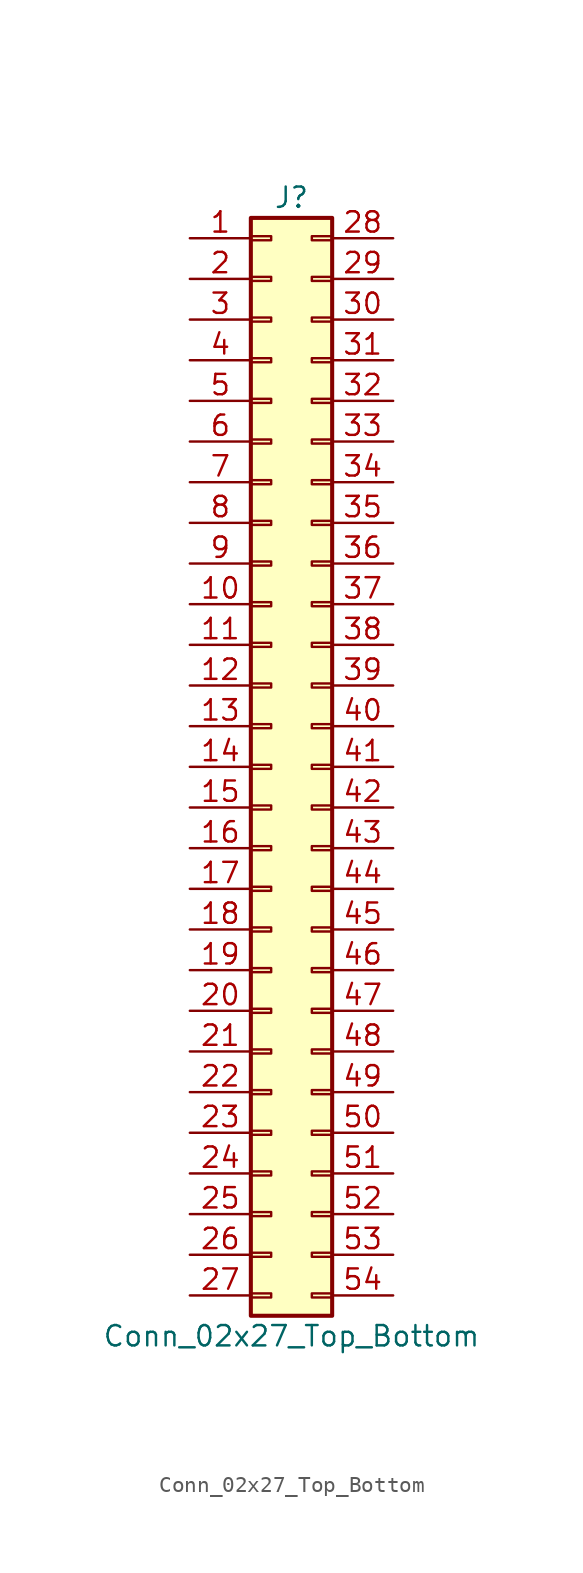
<source format=kicad_sym>
(kicad_symbol_lib
  (version 20201005)
  (generator kicad_symbol_editor)
  (symbol "Conn_02x27_Top_Bottom"
    (pin_names
      (offset 1.016) hide)
    (property "Reference" "J"
      (at 1.27 35.56 0)
      (effects (font (size 1.27 1.27))))
    (property "Value" "Conn_02x27_Top_Bottom"
      (at 1.27 -35.56 0)
      (effects (font (size 1.27 1.27))))
    (symbol "Conn_02x27_Top_Bottom_1_1"
      (rectangle (start -1.27 -32.893) (end 0 -33.147) (stroke (width 0.152)) (fill (type none)))
      (rectangle (start -1.27 -30.353) (end 0 -30.607) (stroke (width 0.152)) (fill (type none)))
      (rectangle (start -1.27 -27.813) (end 0 -28.067) (stroke (width 0.152)) (fill (type none)))
      (rectangle (start -1.27 -25.273) (end 0 -25.527) (stroke (width 0.152)) (fill (type none)))
      (rectangle (start -1.27 -22.733) (end 0 -22.987) (stroke (width 0.152)) (fill (type none)))
      (rectangle (start -1.27 -20.193) (end 0 -20.447) (stroke (width 0.152)) (fill (type none)))
      (rectangle (start -1.27 -17.653) (end 0 -17.907) (stroke (width 0.152)) (fill (type none)))
      (rectangle (start -1.27 -15.113) (end 0 -15.367) (stroke (width 0.152)) (fill (type none)))
      (rectangle (start -1.27 -12.573) (end 0 -12.827) (stroke (width 0.152)) (fill (type none)))
      (rectangle (start -1.27 -10.033) (end 0 -10.287) (stroke (width 0.152)) (fill (type none)))
      (rectangle (start -1.27 -7.493) (end 0 -7.747) (stroke (width 0.152)) (fill (type none)))
      (rectangle (start -1.27 -4.953) (end 0 -5.207) (stroke (width 0.152)) (fill (type none)))
      (rectangle (start -1.27 -2.413) (end 0 -2.667) (stroke (width 0.152)) (fill (type none)))
      (rectangle (start -1.27 0.127) (end 0 -0.127) (stroke (width 0.152)) (fill (type none)))
      (rectangle (start -1.27 2.667) (end 0 2.413) (stroke (width 0.152)) (fill (type none)))
      (rectangle (start -1.27 5.207) (end 0 4.953) (stroke (width 0.152)) (fill (type none)))
      (rectangle (start -1.27 7.747) (end 0 7.493) (stroke (width 0.152)) (fill (type none)))
      (rectangle (start -1.27 10.287) (end 0 10.033) (stroke (width 0.152)) (fill (type none)))
      (rectangle (start -1.27 12.827) (end 0 12.573) (stroke (width 0.152)) (fill (type none)))
      (rectangle (start -1.27 15.367) (end 0 15.113) (stroke (width 0.152)) (fill (type none)))
      (rectangle (start -1.27 17.907) (end 0 17.653) (stroke (width 0.152)) (fill (type none)))
      (rectangle (start -1.27 20.447) (end 0 20.193) (stroke (width 0.152)) (fill (type none)))
      (rectangle (start -1.27 22.987) (end 0 22.733) (stroke (width 0.152)) (fill (type none)))
      (rectangle (start -1.27 25.527) (end 0 25.273) (stroke (width 0.152)) (fill (type none)))
      (rectangle (start -1.27 28.067) (end 0 27.813) (stroke (width 0.152)) (fill (type none)))
      (rectangle (start -1.27 30.607) (end 0 30.353) (stroke (width 0.152)) (fill (type none)))
      (rectangle (start -1.27 33.147) (end 0 32.893) (stroke (width 0.152)) (fill (type none)))
      (rectangle (start -1.27 34.29) (end 3.81 -34.29) (stroke (width 0.254)) (fill (type background)))
      (rectangle (start 3.81 -32.893) (end 2.54 -33.147) (stroke (width 0.152)) (fill (type none)))
      (rectangle (start 3.81 -30.353) (end 2.54 -30.607) (stroke (width 0.152)) (fill (type none)))
      (rectangle (start 3.81 -27.813) (end 2.54 -28.067) (stroke (width 0.152)) (fill (type none)))
      (rectangle (start 3.81 -25.273) (end 2.54 -25.527) (stroke (width 0.152)) (fill (type none)))
      (rectangle (start 3.81 -22.733) (end 2.54 -22.987) (stroke (width 0.152)) (fill (type none)))
      (rectangle (start 3.81 -20.193) (end 2.54 -20.447) (stroke (width 0.152)) (fill (type none)))
      (rectangle (start 3.81 -17.653) (end 2.54 -17.907) (stroke (width 0.152)) (fill (type none)))
      (rectangle (start 3.81 -15.113) (end 2.54 -15.367) (stroke (width 0.152)) (fill (type none)))
      (rectangle (start 3.81 -12.573) (end 2.54 -12.827) (stroke (width 0.152)) (fill (type none)))
      (rectangle (start 3.81 -10.033) (end 2.54 -10.287) (stroke (width 0.152)) (fill (type none)))
      (rectangle (start 3.81 -7.493) (end 2.54 -7.747) (stroke (width 0.152)) (fill (type none)))
      (rectangle (start 3.81 -4.953) (end 2.54 -5.207) (stroke (width 0.152)) (fill (type none)))
      (rectangle (start 3.81 -2.413) (end 2.54 -2.667) (stroke (width 0.152)) (fill (type none)))
      (rectangle (start 3.81 0.127) (end 2.54 -0.127) (stroke (width 0.152)) (fill (type none)))
      (rectangle (start 3.81 2.667) (end 2.54 2.413) (stroke (width 0.152)) (fill (type none)))
      (rectangle (start 3.81 5.207) (end 2.54 4.953) (stroke (width 0.152)) (fill (type none)))
      (rectangle (start 3.81 7.747) (end 2.54 7.493) (stroke (width 0.152)) (fill (type none)))
      (rectangle (start 3.81 10.287) (end 2.54 10.033) (stroke (width 0.152)) (fill (type none)))
      (rectangle (start 3.81 12.827) (end 2.54 12.573) (stroke (width 0.152)) (fill (type none)))
      (rectangle (start 3.81 15.367) (end 2.54 15.113) (stroke (width 0.152)) (fill (type none)))
      (rectangle (start 3.81 17.907) (end 2.54 17.653) (stroke (width 0.152)) (fill (type none)))
      (rectangle (start 3.81 20.447) (end 2.54 20.193) (stroke (width 0.152)) (fill (type none)))
      (rectangle (start 3.81 22.987) (end 2.54 22.733) (stroke (width 0.152)) (fill (type none)))
      (rectangle (start 3.81 25.527) (end 2.54 25.273) (stroke (width 0.152)) (fill (type none)))
      (rectangle (start 3.81 28.067) (end 2.54 27.813) (stroke (width 0.152)) (fill (type none)))
      (rectangle (start 3.81 30.607) (end 2.54 30.353) (stroke (width 0.152)) (fill (type none)))
      (rectangle (start 3.81 33.147) (end 2.54 32.893) (stroke (width 0.152)) (fill (type none)))
      (pin passive line (at -5.08 33.02 0) (length 3.81) (name "Pin_1" (effects (font (size 1.27 1.27)))) (number "1" (effects (font (size 1.27 1.27)))))
      (pin passive line (at -5.08 10.16 0) (length 3.81) (name "Pin_10" (effects (font (size 1.27 1.27)))) (number "10" (effects (font (size 1.27 1.27)))))
      (pin passive line (at -5.08 7.62 0) (length 3.81) (name "Pin_11" (effects (font (size 1.27 1.27)))) (number "11" (effects (font (size 1.27 1.27)))))
      (pin passive line (at -5.08 5.08 0) (length 3.81) (name "Pin_12" (effects (font (size 1.27 1.27)))) (number "12" (effects (font (size 1.27 1.27)))))
      (pin passive line (at -5.08 2.54 0) (length 3.81) (name "Pin_13" (effects (font (size 1.27 1.27)))) (number "13" (effects (font (size 1.27 1.27)))))
      (pin passive line (at -5.08 0 0) (length 3.81) (name "Pin_14" (effects (font (size 1.27 1.27)))) (number "14" (effects (font (size 1.27 1.27)))))
      (pin passive line (at -5.08 -2.54 0) (length 3.81) (name "Pin_15" (effects (font (size 1.27 1.27)))) (number "15" (effects (font (size 1.27 1.27)))))
      (pin passive line (at -5.08 -5.08 0) (length 3.81) (name "Pin_16" (effects (font (size 1.27 1.27)))) (number "16" (effects (font (size 1.27 1.27)))))
      (pin passive line (at -5.08 -7.62 0) (length 3.81) (name "Pin_17" (effects (font (size 1.27 1.27)))) (number "17" (effects (font (size 1.27 1.27)))))
      (pin passive line (at -5.08 -10.16 0) (length 3.81) (name "Pin_18" (effects (font (size 1.27 1.27)))) (number "18" (effects (font (size 1.27 1.27)))))
      (pin passive line (at -5.08 -12.7 0) (length 3.81) (name "Pin_19" (effects (font (size 1.27 1.27)))) (number "19" (effects (font (size 1.27 1.27)))))
      (pin passive line (at -5.08 30.48 0) (length 3.81) (name "Pin_2" (effects (font (size 1.27 1.27)))) (number "2" (effects (font (size 1.27 1.27)))))
      (pin passive line (at -5.08 -15.24 0) (length 3.81) (name "Pin_20" (effects (font (size 1.27 1.27)))) (number "20" (effects (font (size 1.27 1.27)))))
      (pin passive line (at -5.08 -17.78 0) (length 3.81) (name "Pin_21" (effects (font (size 1.27 1.27)))) (number "21" (effects (font (size 1.27 1.27)))))
      (pin passive line (at -5.08 -20.32 0) (length 3.81) (name "Pin_22" (effects (font (size 1.27 1.27)))) (number "22" (effects (font (size 1.27 1.27)))))
      (pin passive line (at -5.08 -22.86 0) (length 3.81) (name "Pin_23" (effects (font (size 1.27 1.27)))) (number "23" (effects (font (size 1.27 1.27)))))
      (pin passive line (at -5.08 -25.4 0) (length 3.81) (name "Pin_24" (effects (font (size 1.27 1.27)))) (number "24" (effects (font (size 1.27 1.27)))))
      (pin passive line (at -5.08 -27.94 0) (length 3.81) (name "Pin_25" (effects (font (size 1.27 1.27)))) (number "25" (effects (font (size 1.27 1.27)))))
      (pin passive line (at -5.08 -30.48 0) (length 3.81) (name "Pin_26" (effects (font (size 1.27 1.27)))) (number "26" (effects (font (size 1.27 1.27)))))
      (pin passive line (at -5.08 -33.02 0) (length 3.81) (name "Pin_27" (effects (font (size 1.27 1.27)))) (number "27" (effects (font (size 1.27 1.27)))))
      (pin passive line (at 7.62 33.02 180) (length 3.81) (name "Pin_28" (effects (font (size 1.27 1.27)))) (number "28" (effects (font (size 1.27 1.27)))))
      (pin passive line (at 7.62 30.48 180) (length 3.81) (name "Pin_29" (effects (font (size 1.27 1.27)))) (number "29" (effects (font (size 1.27 1.27)))))
      (pin passive line (at -5.08 27.94 0) (length 3.81) (name "Pin_3" (effects (font (size 1.27 1.27)))) (number "3" (effects (font (size 1.27 1.27)))))
      (pin passive line (at 7.62 27.94 180) (length 3.81) (name "Pin_30" (effects (font (size 1.27 1.27)))) (number "30" (effects (font (size 1.27 1.27)))))
      (pin passive line (at 7.62 25.4 180) (length 3.81) (name "Pin_31" (effects (font (size 1.27 1.27)))) (number "31" (effects (font (size 1.27 1.27)))))
      (pin passive line (at 7.62 22.86 180) (length 3.81) (name "Pin_32" (effects (font (size 1.27 1.27)))) (number "32" (effects (font (size 1.27 1.27)))))
      (pin passive line (at 7.62 20.32 180) (length 3.81) (name "Pin_33" (effects (font (size 1.27 1.27)))) (number "33" (effects (font (size 1.27 1.27)))))
      (pin passive line (at 7.62 17.78 180) (length 3.81) (name "Pin_34" (effects (font (size 1.27 1.27)))) (number "34" (effects (font (size 1.27 1.27)))))
      (pin passive line (at 7.62 15.24 180) (length 3.81) (name "Pin_35" (effects (font (size 1.27 1.27)))) (number "35" (effects (font (size 1.27 1.27)))))
      (pin passive line (at 7.62 12.7 180) (length 3.81) (name "Pin_36" (effects (font (size 1.27 1.27)))) (number "36" (effects (font (size 1.27 1.27)))))
      (pin passive line (at 7.62 10.16 180) (length 3.81) (name "Pin_37" (effects (font (size 1.27 1.27)))) (number "37" (effects (font (size 1.27 1.27)))))
      (pin passive line (at 7.62 7.62 180) (length 3.81) (name "Pin_38" (effects (font (size 1.27 1.27)))) (number "38" (effects (font (size 1.27 1.27)))))
      (pin passive line (at 7.62 5.08 180) (length 3.81) (name "Pin_39" (effects (font (size 1.27 1.27)))) (number "39" (effects (font (size 1.27 1.27)))))
      (pin passive line (at -5.08 25.4 0) (length 3.81) (name "Pin_4" (effects (font (size 1.27 1.27)))) (number "4" (effects (font (size 1.27 1.27)))))
      (pin passive line (at 7.62 2.54 180) (length 3.81) (name "Pin_40" (effects (font (size 1.27 1.27)))) (number "40" (effects (font (size 1.27 1.27)))))
      (pin passive line (at 7.62 0 180) (length 3.81) (name "Pin_41" (effects (font (size 1.27 1.27)))) (number "41" (effects (font (size 1.27 1.27)))))
      (pin passive line (at 7.62 -2.54 180) (length 3.81) (name "Pin_42" (effects (font (size 1.27 1.27)))) (number "42" (effects (font (size 1.27 1.27)))))
      (pin passive line (at 7.62 -5.08 180) (length 3.81) (name "Pin_43" (effects (font (size 1.27 1.27)))) (number "43" (effects (font (size 1.27 1.27)))))
      (pin passive line (at 7.62 -7.62 180) (length 3.81) (name "Pin_44" (effects (font (size 1.27 1.27)))) (number "44" (effects (font (size 1.27 1.27)))))
      (pin passive line (at 7.62 -10.16 180) (length 3.81) (name "Pin_45" (effects (font (size 1.27 1.27)))) (number "45" (effects (font (size 1.27 1.27)))))
      (pin passive line (at 7.62 -12.7 180) (length 3.81) (name "Pin_46" (effects (font (size 1.27 1.27)))) (number "46" (effects (font (size 1.27 1.27)))))
      (pin passive line (at 7.62 -15.24 180) (length 3.81) (name "Pin_47" (effects (font (size 1.27 1.27)))) (number "47" (effects (font (size 1.27 1.27)))))
      (pin passive line (at 7.62 -17.78 180) (length 3.81) (name "Pin_48" (effects (font (size 1.27 1.27)))) (number "48" (effects (font (size 1.27 1.27)))))
      (pin passive line (at 7.62 -20.32 180) (length 3.81) (name "Pin_49" (effects (font (size 1.27 1.27)))) (number "49" (effects (font (size 1.27 1.27)))))
      (pin passive line (at -5.08 22.86 0) (length 3.81) (name "Pin_5" (effects (font (size 1.27 1.27)))) (number "5" (effects (font (size 1.27 1.27)))))
      (pin passive line (at 7.62 -22.86 180) (length 3.81) (name "Pin_50" (effects (font (size 1.27 1.27)))) (number "50" (effects (font (size 1.27 1.27)))))
      (pin passive line (at 7.62 -25.4 180) (length 3.81) (name "Pin_51" (effects (font (size 1.27 1.27)))) (number "51" (effects (font (size 1.27 1.27)))))
      (pin passive line (at 7.62 -27.94 180) (length 3.81) (name "Pin_52" (effects (font (size 1.27 1.27)))) (number "52" (effects (font (size 1.27 1.27)))))
      (pin passive line (at 7.62 -30.48 180) (length 3.81) (name "Pin_53" (effects (font (size 1.27 1.27)))) (number "53" (effects (font (size 1.27 1.27)))))
      (pin passive line (at 7.62 -33.02 180) (length 3.81) (name "Pin_54" (effects (font (size 1.27 1.27)))) (number "54" (effects (font (size 1.27 1.27)))))
      (pin passive line (at -5.08 20.32 0) (length 3.81) (name "Pin_6" (effects (font (size 1.27 1.27)))) (number "6" (effects (font (size 1.27 1.27)))))
      (pin passive line (at -5.08 17.78 0) (length 3.81) (name "Pin_7" (effects (font (size 1.27 1.27)))) (number "7" (effects (font (size 1.27 1.27)))))
      (pin passive line (at -5.08 15.24 0) (length 3.81) (name "Pin_8" (effects (font (size 1.27 1.27)))) (number "8" (effects (font (size 1.27 1.27)))))
      (pin passive line (at -5.08 12.7 0) (length 3.81) (name "Pin_9" (effects (font (size 1.27 1.27)))) (number "9" (effects (font (size 1.27 1.27))))))))
</source>
